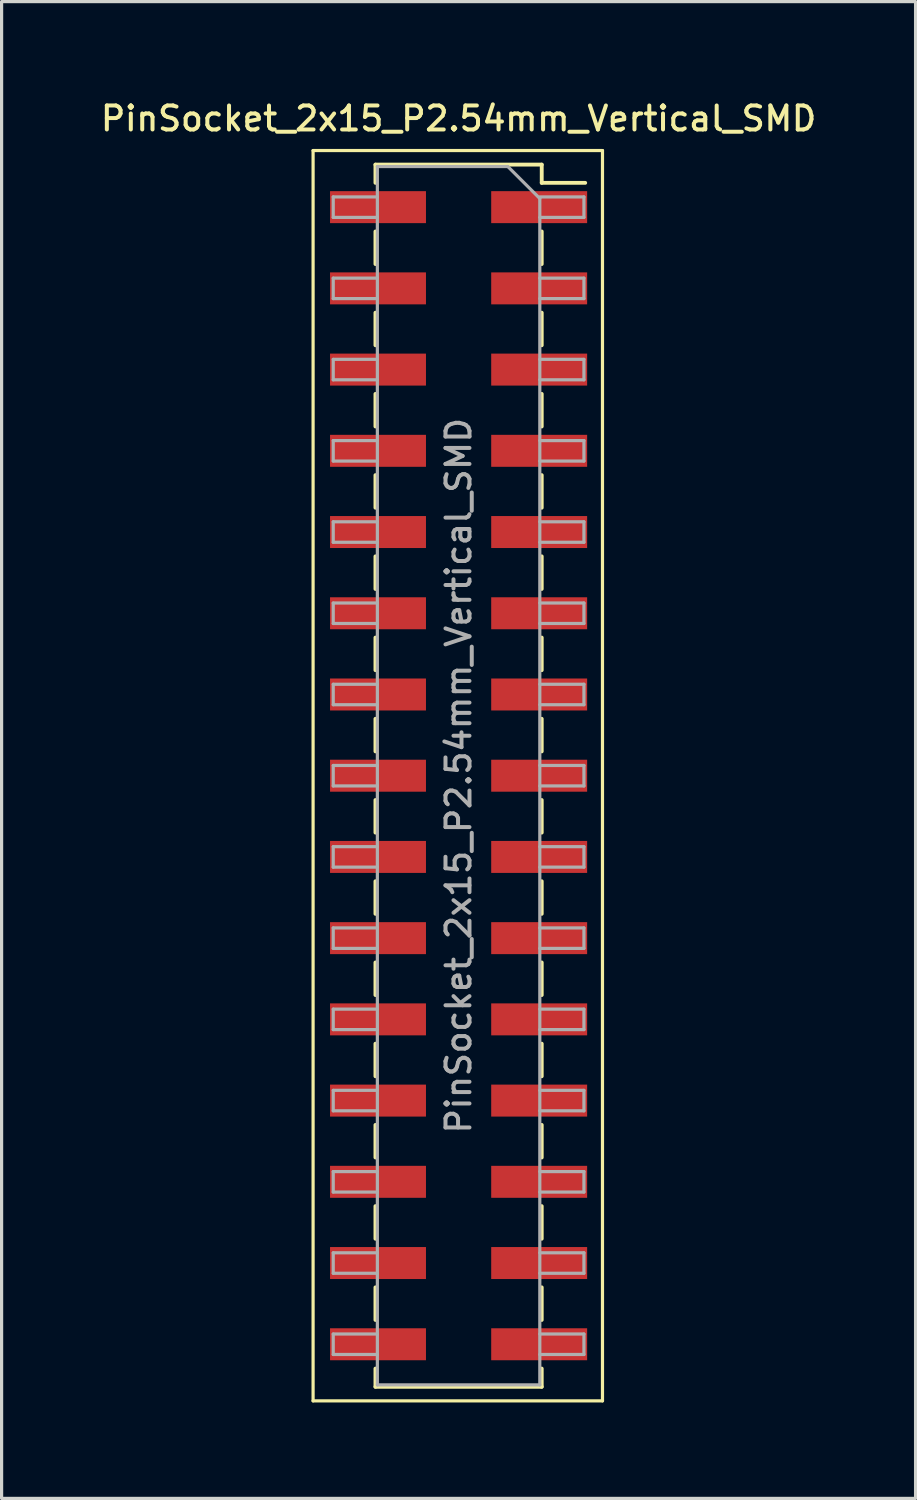
<source format=kicad_pcb>
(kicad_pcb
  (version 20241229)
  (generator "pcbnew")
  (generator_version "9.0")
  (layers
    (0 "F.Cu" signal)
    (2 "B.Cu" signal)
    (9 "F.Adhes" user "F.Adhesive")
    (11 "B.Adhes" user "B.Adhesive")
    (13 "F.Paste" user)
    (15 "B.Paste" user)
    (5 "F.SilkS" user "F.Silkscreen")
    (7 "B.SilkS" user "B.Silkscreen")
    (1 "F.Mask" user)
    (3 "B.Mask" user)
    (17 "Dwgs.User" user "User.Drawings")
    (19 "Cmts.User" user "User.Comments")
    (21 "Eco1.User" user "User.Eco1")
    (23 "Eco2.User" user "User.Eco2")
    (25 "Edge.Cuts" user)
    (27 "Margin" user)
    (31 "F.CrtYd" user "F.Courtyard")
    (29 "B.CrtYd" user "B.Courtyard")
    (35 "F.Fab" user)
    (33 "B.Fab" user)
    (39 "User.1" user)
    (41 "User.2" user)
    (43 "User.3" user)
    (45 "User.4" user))
  (footprint "PinSocket_2x15_P2.54mm_Vertical_SMD"
    (layer "F.Cu")
    (at 11.291 21.208)
    (property "Reference" "PinSocket_2x15_P2.54mm_Vertical_SMD" (at 0 -20.55 0) (layer "F.SilkS") (effects (font (size 0.75 0.75) (thickness 0.125))))
    (attr smd)
    (fp_line (start -4.55 -19.55) (end 4.5 -19.55) (stroke (width 0.1) (type solid)) (layer "F.SilkS"))
    (fp_line (start -4.55 19.55) (end -4.55 -19.55) (stroke (width 0.1) (type solid)) (layer "F.SilkS"))
    (fp_line (start -2.6 -19.11) (end -2.6 -18.54) (stroke (width 0.12) (type solid)) (layer "F.SilkS"))
    (fp_line (start -2.6 -19.11) (end 2.6 -19.11) (stroke (width 0.12) (type solid)) (layer "F.SilkS"))
    (fp_line (start -2.6 -17.02) (end -2.6 -16) (stroke (width 0.12) (type solid)) (layer "F.SilkS"))
    (fp_line (start -2.6 -14.48) (end -2.6 -13.46) (stroke (width 0.12) (type solid)) (layer "F.SilkS"))
    (fp_line (start -2.6 -11.94) (end -2.6 -10.92) (stroke (width 0.12) (type solid)) (layer "F.SilkS"))
    (fp_line (start -2.6 -9.4) (end -2.6 -8.38) (stroke (width 0.12) (type solid)) (layer "F.SilkS"))
    (fp_line (start -2.6 -6.86) (end -2.6 -5.84) (stroke (width 0.12) (type solid)) (layer "F.SilkS"))
    (fp_line (start -2.6 -4.32) (end -2.6 -3.3) (stroke (width 0.12) (type solid)) (layer "F.SilkS"))
    (fp_line (start -2.6 -1.78) (end -2.6 -0.76) (stroke (width 0.12) (type solid)) (layer "F.SilkS"))
    (fp_line (start -2.6 0.76) (end -2.6 1.78) (stroke (width 0.12) (type solid)) (layer "F.SilkS"))
    (fp_line (start -2.6 3.3) (end -2.6 4.32) (stroke (width 0.12) (type solid)) (layer "F.SilkS"))
    (fp_line (start -2.6 5.84) (end -2.6 6.86) (stroke (width 0.12) (type solid)) (layer "F.SilkS"))
    (fp_line (start -2.6 8.38) (end -2.6 9.4) (stroke (width 0.12) (type solid)) (layer "F.SilkS"))
    (fp_line (start -2.6 10.92) (end -2.6 11.94) (stroke (width 0.12) (type solid)) (layer "F.SilkS"))
    (fp_line (start -2.6 13.46) (end -2.6 14.48) (stroke (width 0.12) (type solid)) (layer "F.SilkS"))
    (fp_line (start -2.6 16) (end -2.6 17.02) (stroke (width 0.12) (type solid)) (layer "F.SilkS"))
    (fp_line (start -2.6 18.54) (end -2.6 19.11) (stroke (width 0.12) (type solid)) (layer "F.SilkS"))
    (fp_line (start -2.6 19.11) (end 2.6 19.11) (stroke (width 0.12) (type solid)) (layer "F.SilkS"))
    (fp_line (start 2.6 -19.11) (end 2.6 -18.54) (stroke (width 0.12) (type solid)) (layer "F.SilkS"))
    (fp_line (start 2.6 -18.54) (end 3.96 -18.54) (stroke (width 0.12) (type solid)) (layer "F.SilkS"))
    (fp_line (start 2.6 -17.02) (end 2.6 -16) (stroke (width 0.12) (type solid)) (layer "F.SilkS"))
    (fp_line (start 2.6 -14.48) (end 2.6 -13.46) (stroke (width 0.12) (type solid)) (layer "F.SilkS"))
    (fp_line (start 2.6 -11.94) (end 2.6 -10.92) (stroke (width 0.12) (type solid)) (layer "F.SilkS"))
    (fp_line (start 2.6 -9.4) (end 2.6 -8.38) (stroke (width 0.12) (type solid)) (layer "F.SilkS"))
    (fp_line (start 2.6 -6.86) (end 2.6 -5.84) (stroke (width 0.12) (type solid)) (layer "F.SilkS"))
    (fp_line (start 2.6 -4.32) (end 2.6 -3.3) (stroke (width 0.12) (type solid)) (layer "F.SilkS"))
    (fp_line (start 2.6 -1.78) (end 2.6 -0.76) (stroke (width 0.12) (type solid)) (layer "F.SilkS"))
    (fp_line (start 2.6 0.76) (end 2.6 1.78) (stroke (width 0.12) (type solid)) (layer "F.SilkS"))
    (fp_line (start 2.6 3.3) (end 2.6 4.32) (stroke (width 0.12) (type solid)) (layer "F.SilkS"))
    (fp_line (start 2.6 5.84) (end 2.6 6.86) (stroke (width 0.12) (type solid)) (layer "F.SilkS"))
    (fp_line (start 2.6 8.38) (end 2.6 9.4) (stroke (width 0.12) (type solid)) (layer "F.SilkS"))
    (fp_line (start 2.6 10.92) (end 2.6 11.94) (stroke (width 0.12) (type solid)) (layer "F.SilkS"))
    (fp_line (start 2.6 13.46) (end 2.6 14.48) (stroke (width 0.12) (type solid)) (layer "F.SilkS"))
    (fp_line (start 2.6 16) (end 2.6 17.02) (stroke (width 0.12) (type solid)) (layer "F.SilkS"))
    (fp_line (start 2.6 18.54) (end 2.6 19.11) (stroke (width 0.12) (type solid)) (layer "F.SilkS"))
    (fp_line (start 4.5 -19.55) (end 4.5 19.55) (stroke (width 0.1) (type solid)) (layer "F.SilkS"))
    (fp_line (start 4.5 19.55) (end -4.55 19.55) (stroke (width 0.1) (type solid)) (layer "F.SilkS"))
    (fp_line (start -3.92 -18.1) (end -2.54 -18.1) (stroke (width 0.1) (type solid)) (layer "F.Fab"))
    (fp_line (start -3.92 -17.46) (end -3.92 -18.1) (stroke (width 0.1) (type solid)) (layer "F.Fab"))
    (fp_line (start -3.92 -15.56) (end -2.54 -15.56) (stroke (width 0.1) (type solid)) (layer "F.Fab"))
    (fp_line (start -3.92 -14.92) (end -3.92 -15.56) (stroke (width 0.1) (type solid)) (layer "F.Fab"))
    (fp_line (start -3.92 -13.02) (end -2.54 -13.02) (stroke (width 0.1) (type solid)) (layer "F.Fab"))
    (fp_line (start -3.92 -12.38) (end -3.92 -13.02) (stroke (width 0.1) (type solid)) (layer "F.Fab"))
    (fp_line (start -3.92 -10.48) (end -2.54 -10.48) (stroke (width 0.1) (type solid)) (layer "F.Fab"))
    (fp_line (start -3.92 -9.84) (end -3.92 -10.48) (stroke (width 0.1) (type solid)) (layer "F.Fab"))
    (fp_line (start -3.92 -7.94) (end -2.54 -7.94) (stroke (width 0.1) (type solid)) (layer "F.Fab"))
    (fp_line (start -3.92 -7.3) (end -3.92 -7.94) (stroke (width 0.1) (type solid)) (layer "F.Fab"))
    (fp_line (start -3.92 -5.4) (end -2.54 -5.4) (stroke (width 0.1) (type solid)) (layer "F.Fab"))
    (fp_line (start -3.92 -4.76) (end -3.92 -5.4) (stroke (width 0.1) (type solid)) (layer "F.Fab"))
    (fp_line (start -3.92 -2.86) (end -2.54 -2.86) (stroke (width 0.1) (type solid)) (layer "F.Fab"))
    (fp_line (start -3.92 -2.22) (end -3.92 -2.86) (stroke (width 0.1) (type solid)) (layer "F.Fab"))
    (fp_line (start -3.92 -0.32) (end -2.54 -0.32) (stroke (width 0.1) (type solid)) (layer "F.Fab"))
    (fp_line (start -3.92 0.32) (end -3.92 -0.32) (stroke (width 0.1) (type solid)) (layer "F.Fab"))
    (fp_line (start -3.92 2.22) (end -2.54 2.22) (stroke (width 0.1) (type solid)) (layer "F.Fab"))
    (fp_line (start -3.92 2.86) (end -3.92 2.22) (stroke (width 0.1) (type solid)) (layer "F.Fab"))
    (fp_line (start -3.92 4.76) (end -2.54 4.76) (stroke (width 0.1) (type solid)) (layer "F.Fab"))
    (fp_line (start -3.92 5.4) (end -3.92 4.76) (stroke (width 0.1) (type solid)) (layer "F.Fab"))
    (fp_line (start -3.92 7.3) (end -2.54 7.3) (stroke (width 0.1) (type solid)) (layer "F.Fab"))
    (fp_line (start -3.92 7.94) (end -3.92 7.3) (stroke (width 0.1) (type solid)) (layer "F.Fab"))
    (fp_line (start -3.92 9.84) (end -2.54 9.84) (stroke (width 0.1) (type solid)) (layer "F.Fab"))
    (fp_line (start -3.92 10.48) (end -3.92 9.84) (stroke (width 0.1) (type solid)) (layer "F.Fab"))
    (fp_line (start -3.92 12.38) (end -2.54 12.38) (stroke (width 0.1) (type solid)) (layer "F.Fab"))
    (fp_line (start -3.92 13.02) (end -3.92 12.38) (stroke (width 0.1) (type solid)) (layer "F.Fab"))
    (fp_line (start -3.92 14.92) (end -2.54 14.92) (stroke (width 0.1) (type solid)) (layer "F.Fab"))
    (fp_line (start -3.92 15.56) (end -3.92 14.92) (stroke (width 0.1) (type solid)) (layer "F.Fab"))
    (fp_line (start -3.92 17.46) (end -2.54 17.46) (stroke (width 0.1) (type solid)) (layer "F.Fab"))
    (fp_line (start -3.92 18.1) (end -3.92 17.46) (stroke (width 0.1) (type solid)) (layer "F.Fab"))
    (fp_line (start -2.54 -19.05) (end 1.54 -19.05) (stroke (width 0.1) (type solid)) (layer "F.Fab"))
    (fp_line (start -2.54 -17.46) (end -3.92 -17.46) (stroke (width 0.1) (type solid)) (layer "F.Fab"))
    (fp_line (start -2.54 -14.92) (end -3.92 -14.92) (stroke (width 0.1) (type solid)) (layer "F.Fab"))
    (fp_line (start -2.54 -12.38) (end -3.92 -12.38) (stroke (width 0.1) (type solid)) (layer "F.Fab"))
    (fp_line (start -2.54 -9.84) (end -3.92 -9.84) (stroke (width 0.1) (type solid)) (layer "F.Fab"))
    (fp_line (start -2.54 -7.3) (end -3.92 -7.3) (stroke (width 0.1) (type solid)) (layer "F.Fab"))
    (fp_line (start -2.54 -4.76) (end -3.92 -4.76) (stroke (width 0.1) (type solid)) (layer "F.Fab"))
    (fp_line (start -2.54 -2.22) (end -3.92 -2.22) (stroke (width 0.1) (type solid)) (layer "F.Fab"))
    (fp_line (start -2.54 0.32) (end -3.92 0.32) (stroke (width 0.1) (type solid)) (layer "F.Fab"))
    (fp_line (start -2.54 2.86) (end -3.92 2.86) (stroke (width 0.1) (type solid)) (layer "F.Fab"))
    (fp_line (start -2.54 5.4) (end -3.92 5.4) (stroke (width 0.1) (type solid)) (layer "F.Fab"))
    (fp_line (start -2.54 7.94) (end -3.92 7.94) (stroke (width 0.1) (type solid)) (layer "F.Fab"))
    (fp_line (start -2.54 10.48) (end -3.92 10.48) (stroke (width 0.1) (type solid)) (layer "F.Fab"))
    (fp_line (start -2.54 13.02) (end -3.92 13.02) (stroke (width 0.1) (type solid)) (layer "F.Fab"))
    (fp_line (start -2.54 15.56) (end -3.92 15.56) (stroke (width 0.1) (type solid)) (layer "F.Fab"))
    (fp_line (start -2.54 18.1) (end -3.92 18.1) (stroke (width 0.1) (type solid)) (layer "F.Fab"))
    (fp_line (start -2.54 19.05) (end -2.54 -19.05) (stroke (width 0.1) (type solid)) (layer "F.Fab"))
    (fp_line (start 1.54 -19.05) (end 2.54 -18.05) (stroke (width 0.1) (type solid)) (layer "F.Fab"))
    (fp_line (start 2.54 -18.1) (end 3.92 -18.1) (stroke (width 0.1) (type solid)) (layer "F.Fab"))
    (fp_line (start 2.54 -18.05) (end 2.54 19.05) (stroke (width 0.1) (type solid)) (layer "F.Fab"))
    (fp_line (start 2.54 -15.56) (end 3.92 -15.56) (stroke (width 0.1) (type solid)) (layer "F.Fab"))
    (fp_line (start 2.54 -13.02) (end 3.92 -13.02) (stroke (width 0.1) (type solid)) (layer "F.Fab"))
    (fp_line (start 2.54 -10.48) (end 3.92 -10.48) (stroke (width 0.1) (type solid)) (layer "F.Fab"))
    (fp_line (start 2.54 -7.94) (end 3.92 -7.94) (stroke (width 0.1) (type solid)) (layer "F.Fab"))
    (fp_line (start 2.54 -5.4) (end 3.92 -5.4) (stroke (width 0.1) (type solid)) (layer "F.Fab"))
    (fp_line (start 2.54 -2.86) (end 3.92 -2.86) (stroke (width 0.1) (type solid)) (layer "F.Fab"))
    (fp_line (start 2.54 -0.32) (end 3.92 -0.32) (stroke (width 0.1) (type solid)) (layer "F.Fab"))
    (fp_line (start 2.54 2.22) (end 3.92 2.22) (stroke (width 0.1) (type solid)) (layer "F.Fab"))
    (fp_line (start 2.54 4.76) (end 3.92 4.76) (stroke (width 0.1) (type solid)) (layer "F.Fab"))
    (fp_line (start 2.54 7.3) (end 3.92 7.3) (stroke (width 0.1) (type solid)) (layer "F.Fab"))
    (fp_line (start 2.54 9.84) (end 3.92 9.84) (stroke (width 0.1) (type solid)) (layer "F.Fab"))
    (fp_line (start 2.54 12.38) (end 3.92 12.38) (stroke (width 0.1) (type solid)) (layer "F.Fab"))
    (fp_line (start 2.54 14.92) (end 3.92 14.92) (stroke (width 0.1) (type solid)) (layer "F.Fab"))
    (fp_line (start 2.54 17.46) (end 3.92 17.46) (stroke (width 0.1) (type solid)) (layer "F.Fab"))
    (fp_line (start 2.54 19.05) (end -2.54 19.05) (stroke (width 0.1) (type solid)) (layer "F.Fab"))
    (fp_line (start 3.92 -18.1) (end 3.92 -17.46) (stroke (width 0.1) (type solid)) (layer "F.Fab"))
    (fp_line (start 3.92 -17.46) (end 2.54 -17.46) (stroke (width 0.1) (type solid)) (layer "F.Fab"))
    (fp_line (start 3.92 -15.56) (end 3.92 -14.92) (stroke (width 0.1) (type solid)) (layer "F.Fab"))
    (fp_line (start 3.92 -14.92) (end 2.54 -14.92) (stroke (width 0.1) (type solid)) (layer "F.Fab"))
    (fp_line (start 3.92 -13.02) (end 3.92 -12.38) (stroke (width 0.1) (type solid)) (layer "F.Fab"))
    (fp_line (start 3.92 -12.38) (end 2.54 -12.38) (stroke (width 0.1) (type solid)) (layer "F.Fab"))
    (fp_line (start 3.92 -10.48) (end 3.92 -9.84) (stroke (width 0.1) (type solid)) (layer "F.Fab"))
    (fp_line (start 3.92 -9.84) (end 2.54 -9.84) (stroke (width 0.1) (type solid)) (layer "F.Fab"))
    (fp_line (start 3.92 -7.94) (end 3.92 -7.3) (stroke (width 0.1) (type solid)) (layer "F.Fab"))
    (fp_line (start 3.92 -7.3) (end 2.54 -7.3) (stroke (width 0.1) (type solid)) (layer "F.Fab"))
    (fp_line (start 3.92 -5.4) (end 3.92 -4.76) (stroke (width 0.1) (type solid)) (layer "F.Fab"))
    (fp_line (start 3.92 -4.76) (end 2.54 -4.76) (stroke (width 0.1) (type solid)) (layer "F.Fab"))
    (fp_line (start 3.92 -2.86) (end 3.92 -2.22) (stroke (width 0.1) (type solid)) (layer "F.Fab"))
    (fp_line (start 3.92 -2.22) (end 2.54 -2.22) (stroke (width 0.1) (type solid)) (layer "F.Fab"))
    (fp_line (start 3.92 -0.32) (end 3.92 0.32) (stroke (width 0.1) (type solid)) (layer "F.Fab"))
    (fp_line (start 3.92 0.32) (end 2.54 0.32) (stroke (width 0.1) (type solid)) (layer "F.Fab"))
    (fp_line (start 3.92 2.22) (end 3.92 2.86) (stroke (width 0.1) (type solid)) (layer "F.Fab"))
    (fp_line (start 3.92 2.86) (end 2.54 2.86) (stroke (width 0.1) (type solid)) (layer "F.Fab"))
    (fp_line (start 3.92 4.76) (end 3.92 5.4) (stroke (width 0.1) (type solid)) (layer "F.Fab"))
    (fp_line (start 3.92 5.4) (end 2.54 5.4) (stroke (width 0.1) (type solid)) (layer "F.Fab"))
    (fp_line (start 3.92 7.3) (end 3.92 7.94) (stroke (width 0.1) (type solid)) (layer "F.Fab"))
    (fp_line (start 3.92 7.94) (end 2.54 7.94) (stroke (width 0.1) (type solid)) (layer "F.Fab"))
    (fp_line (start 3.92 9.84) (end 3.92 10.48) (stroke (width 0.1) (type solid)) (layer "F.Fab"))
    (fp_line (start 3.92 10.48) (end 2.54 10.48) (stroke (width 0.1) (type solid)) (layer "F.Fab"))
    (fp_line (start 3.92 12.38) (end 3.92 13.02) (stroke (width 0.1) (type solid)) (layer "F.Fab"))
    (fp_line (start 3.92 13.02) (end 2.54 13.02) (stroke (width 0.1) (type solid)) (layer "F.Fab"))
    (fp_line (start 3.92 14.92) (end 3.92 15.56) (stroke (width 0.1) (type solid)) (layer "F.Fab"))
    (fp_line (start 3.92 15.56) (end 2.54 15.56) (stroke (width 0.1) (type solid)) (layer "F.Fab"))
    (fp_line (start 3.92 17.46) (end 3.92 18.1) (stroke (width 0.1) (type solid)) (layer "F.Fab"))
    (fp_line (start 3.92 18.1) (end 2.54 18.1) (stroke (width 0.1) (type solid)) (layer "F.Fab"))
    (fp_text user "${REFERENCE}" (at 0 0 90) (layer "F.Fab") (effects (font (size 0.75 0.75) (thickness 0.125))))
    (pad "1" smd rect (at 2.52 -17.78) (size 3 1) (layers "F.Cu" "F.Mask" "F.Paste"))
    (pad "2" smd rect (at -2.52 -17.78) (size 3 1) (layers "F.Cu" "F.Mask" "F.Paste"))
    (pad "3" smd rect (at 2.52 -15.24) (size 3 1) (layers "F.Cu" "F.Mask" "F.Paste"))
    (pad "4" smd rect (at -2.52 -15.24) (size 3 1) (layers "F.Cu" "F.Mask" "F.Paste"))
    (pad "5" smd rect (at 2.52 -12.7) (size 3 1) (layers "F.Cu" "F.Mask" "F.Paste"))
    (pad "6" smd rect (at -2.52 -12.7) (size 3 1) (layers "F.Cu" "F.Mask" "F.Paste"))
    (pad "7" smd rect (at 2.52 -10.16) (size 3 1) (layers "F.Cu" "F.Mask" "F.Paste"))
    (pad "8" smd rect (at -2.52 -10.16) (size 3 1) (layers "F.Cu" "F.Mask" "F.Paste"))
    (pad "9" smd rect (at 2.52 -7.62) (size 3 1) (layers "F.Cu" "F.Mask" "F.Paste"))
    (pad "10" smd rect (at -2.52 -7.62) (size 3 1) (layers "F.Cu" "F.Mask" "F.Paste"))
    (pad "11" smd rect (at 2.52 -5.08) (size 3 1) (layers "F.Cu" "F.Mask" "F.Paste"))
    (pad "12" smd rect (at -2.52 -5.08) (size 3 1) (layers "F.Cu" "F.Mask" "F.Paste"))
    (pad "13" smd rect (at 2.52 -2.54) (size 3 1) (layers "F.Cu" "F.Mask" "F.Paste"))
    (pad "14" smd rect (at -2.52 -2.54) (size 3 1) (layers "F.Cu" "F.Mask" "F.Paste"))
    (pad "15" smd rect (at 2.52 0) (size 3 1) (layers "F.Cu" "F.Mask" "F.Paste"))
    (pad "16" smd rect (at -2.52 0) (size 3 1) (layers "F.Cu" "F.Mask" "F.Paste"))
    (pad "17" smd rect (at 2.52 2.54) (size 3 1) (layers "F.Cu" "F.Mask" "F.Paste"))
    (pad "18" smd rect (at -2.52 2.54) (size 3 1) (layers "F.Cu" "F.Mask" "F.Paste"))
    (pad "19" smd rect (at 2.52 5.08) (size 3 1) (layers "F.Cu" "F.Mask" "F.Paste"))
    (pad "20" smd rect (at -2.52 5.08) (size 3 1) (layers "F.Cu" "F.Mask" "F.Paste"))
    (pad "21" smd rect (at 2.52 7.62) (size 3 1) (layers "F.Cu" "F.Mask" "F.Paste"))
    (pad "22" smd rect (at -2.52 7.62) (size 3 1) (layers "F.Cu" "F.Mask" "F.Paste"))
    (pad "23" smd rect (at 2.52 10.16) (size 3 1) (layers "F.Cu" "F.Mask" "F.Paste"))
    (pad "24" smd rect (at -2.52 10.16) (size 3 1) (layers "F.Cu" "F.Mask" "F.Paste"))
    (pad "25" smd rect (at 2.52 12.7) (size 3 1) (layers "F.Cu" "F.Mask" "F.Paste"))
    (pad "26" smd rect (at -2.52 12.7) (size 3 1) (layers "F.Cu" "F.Mask" "F.Paste"))
    (pad "27" smd rect (at 2.52 15.24) (size 3 1) (layers "F.Cu" "F.Mask" "F.Paste"))
    (pad "28" smd rect (at -2.52 15.24) (size 3 1) (layers "F.Cu" "F.Mask" "F.Paste"))
    (pad "29" smd rect (at 2.52 17.78) (size 3 1) (layers "F.Cu" "F.Mask" "F.Paste"))
    (pad "30" smd rect (at -2.52 17.78) (size 3 1) (layers "F.Cu" "F.Mask" "F.Paste")))
  (gr_rect
    (start -3 -3)
    (end 25.582 43.808)
    (stroke (width 0.1) (type default))
    (fill no)
    (layer "Edge.Cuts")))
</source>
